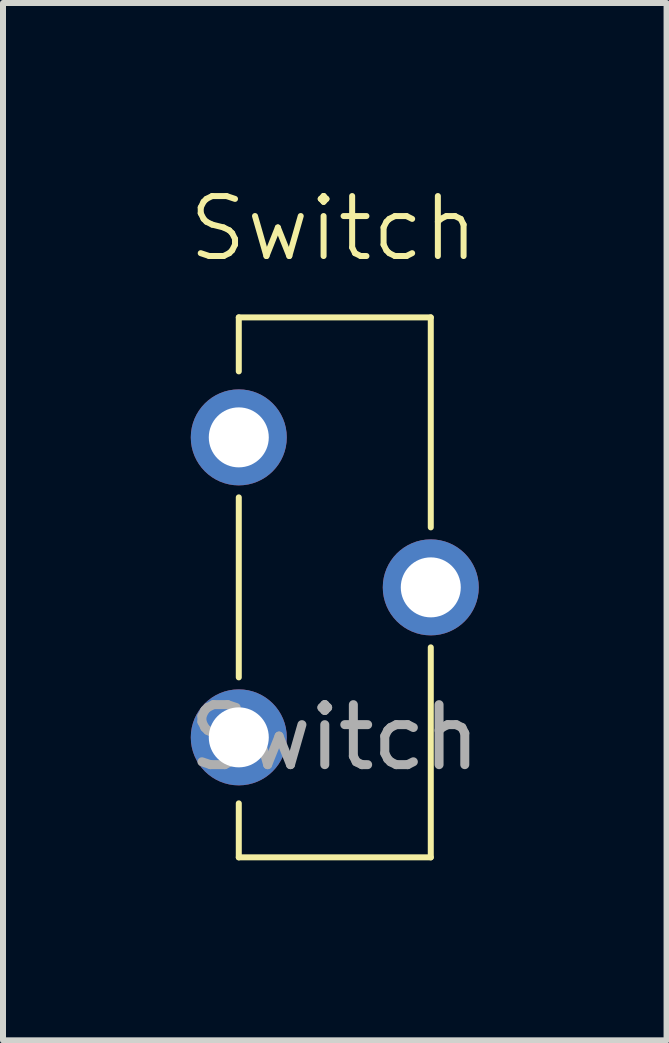
<source format=kicad_pcb>
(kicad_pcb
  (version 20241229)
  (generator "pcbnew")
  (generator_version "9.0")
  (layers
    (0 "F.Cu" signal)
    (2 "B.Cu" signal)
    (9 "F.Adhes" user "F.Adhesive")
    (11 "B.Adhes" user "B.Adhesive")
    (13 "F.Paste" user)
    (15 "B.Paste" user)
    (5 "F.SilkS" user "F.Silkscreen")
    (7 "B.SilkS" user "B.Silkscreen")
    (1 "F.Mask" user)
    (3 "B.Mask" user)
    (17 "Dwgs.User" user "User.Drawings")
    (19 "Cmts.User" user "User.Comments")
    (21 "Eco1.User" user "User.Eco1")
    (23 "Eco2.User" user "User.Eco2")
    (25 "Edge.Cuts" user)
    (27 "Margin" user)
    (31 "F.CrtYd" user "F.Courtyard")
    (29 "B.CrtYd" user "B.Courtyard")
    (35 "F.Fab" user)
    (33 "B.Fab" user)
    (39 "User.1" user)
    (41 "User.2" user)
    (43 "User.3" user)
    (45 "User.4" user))
  (footprint "Switch"
    (layer "F.Cu")
    (at 2.53 6.74)
    (property "Reference" "Switch" (at -0.02 -5.98 0) (unlocked yes) (layer "F.SilkS") (effects (font (size 1 1) (thickness 0.1))))
    (attr through_hole)
    (fp_line (start -1.6 -4.5) (end -1.6 -3.6) (stroke (width 0.1) (type default)) (layer "F.SilkS"))
    (fp_line (start -1.6 -4.5) (end 1.6 -4.5) (stroke (width 0.1) (type default)) (layer "F.SilkS"))
    (fp_line (start -1.6 -1.5) (end -1.6 1.5) (stroke (width 0.1) (type default)) (layer "F.SilkS"))
    (fp_line (start -1.6 4.5) (end -1.6 3.6) (stroke (width 0.1) (type default)) (layer "F.SilkS"))
    (fp_line (start -1.6 4.5) (end 1.6 4.5) (stroke (width 0.1) (type default)) (layer "F.SilkS"))
    (fp_line (start 1.6 -4.5) (end 1.6 -1) (stroke (width 0.1) (type default)) (layer "F.SilkS"))
    (fp_line (start 1.6 4.5) (end 1.6 1) (stroke (width 0.1) (type default)) (layer "F.SilkS"))
    (fp_text user "${REFERENCE}" (at 0 2.5 0) (unlocked yes) (layer "F.Fab") (effects (font (size 1 1) (thickness 0.15))))
    (pad "1" thru_hole circle (at -1.6 2.5) (size 1.6 1.6) (drill 1) (layers "*.Cu" "*.Mask"))
    (pad "2" thru_hole circle (at 1.6 0) (size 1.6 1.6) (drill 1) (layers "*.Cu" "*.Mask"))
    (pad "3" thru_hole circle (at -1.6 -2.5) (size 1.6 1.6) (drill 1) (layers "*.Cu" "*.Mask")))
  (gr_rect
    (start -3 -3)
    (end 8.06 14.29)
    (stroke (width 0.1) (type default))
    (fill no)
    (layer "Edge.Cuts")))
</source>
